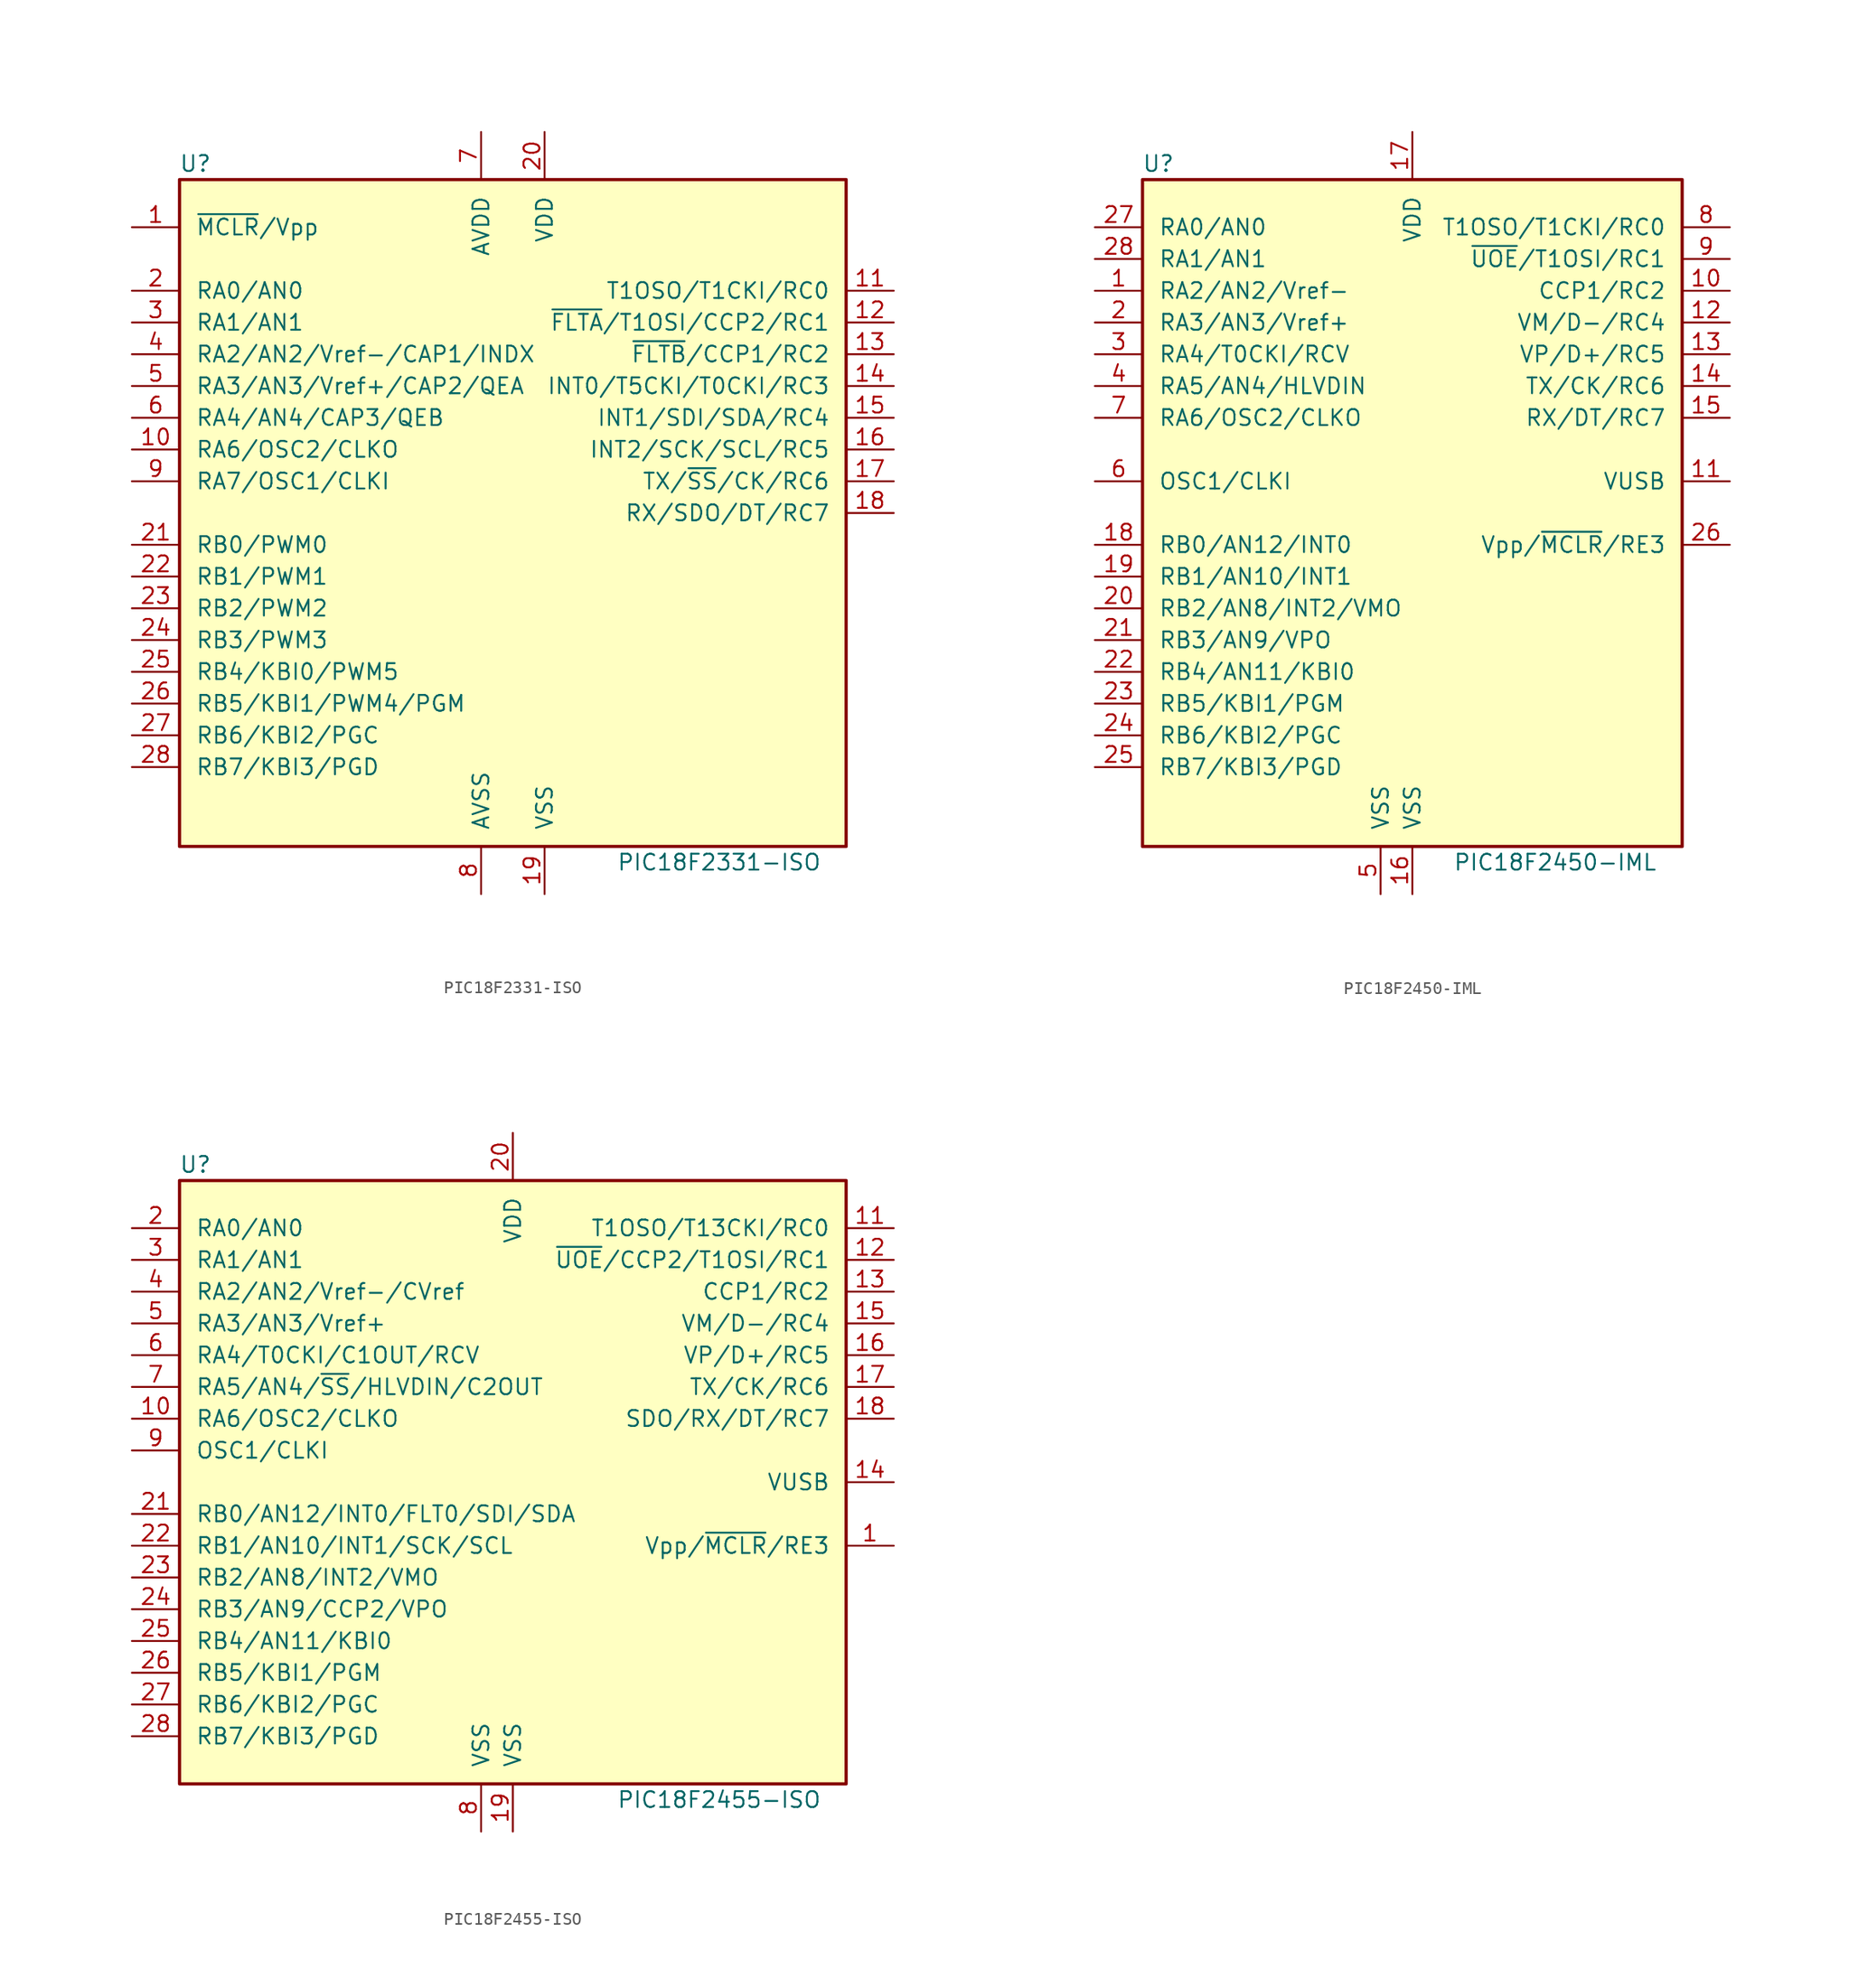
<source format=kicad_sym>
(kicad_symbol_lib
  (version 20201005)
  (generator kicad_symbol_editor)
  (symbol "PIC18F2331-ISO"
    (pin_names
      (offset 1.27))
    (property "Reference" "U"
      (at -25.4 27.94 0)
      (effects (font (size 1.27 1.27))))
    (property "Value" "PIC18F2331-ISO"
      (at 16.51 -27.94 0)
      (effects (font (size 1.27 1.27))))
    (symbol "PIC18F2331-ISO_0_1"
      (rectangle (start -26.67 26.67) (end 26.67 -26.67) (stroke (width 0.254)) (fill (type background))))
    (symbol "PIC18F2331-ISO_1_1"
      (pin input line (at -30.48 22.86 0) (length 3.81) (name "~MCLR~/Vpp" (effects (font (size 1.27 1.27)))) (number "1" (effects (font (size 1.27 1.27)))))
      (pin bidirectional line (at -30.48 5.08 0) (length 3.81) (name "RA6/OSC2/CLKO" (effects (font (size 1.27 1.27)))) (number "10" (effects (font (size 1.27 1.27)))))
      (pin bidirectional line (at 30.48 17.78 180) (length 3.81) (name "T1OSO/T1CKI/RC0" (effects (font (size 1.27 1.27)))) (number "11" (effects (font (size 1.27 1.27)))))
      (pin bidirectional line (at 30.48 15.24 180) (length 3.81) (name "~FLTA~/T1OSI/CCP2/RC1" (effects (font (size 1.27 1.27)))) (number "12" (effects (font (size 1.27 1.27)))))
      (pin bidirectional line (at 30.48 12.7 180) (length 3.81) (name "~FLTB~/CCP1/RC2" (effects (font (size 1.27 1.27)))) (number "13" (effects (font (size 1.27 1.27)))))
      (pin bidirectional line (at 30.48 10.16 180) (length 3.81) (name "INT0/T5CKI/T0CKI/RC3" (effects (font (size 1.27 1.27)))) (number "14" (effects (font (size 1.27 1.27)))))
      (pin bidirectional line (at 30.48 7.62 180) (length 3.81) (name "INT1/SDI/SDA/RC4" (effects (font (size 1.27 1.27)))) (number "15" (effects (font (size 1.27 1.27)))))
      (pin bidirectional line (at 30.48 5.08 180) (length 3.81) (name "INT2/SCK/SCL/RC5" (effects (font (size 1.27 1.27)))) (number "16" (effects (font (size 1.27 1.27)))))
      (pin bidirectional line (at 30.48 2.54 180) (length 3.81) (name "TX/~SS~/CK/RC6" (effects (font (size 1.27 1.27)))) (number "17" (effects (font (size 1.27 1.27)))))
      (pin bidirectional line (at 30.48 0 180) (length 3.81) (name "RX/SDO/DT/RC7" (effects (font (size 1.27 1.27)))) (number "18" (effects (font (size 1.27 1.27)))))
      (pin power_in line (at 2.54 -30.48 90) (length 3.81) (name "VSS" (effects (font (size 1.27 1.27)))) (number "19" (effects (font (size 1.27 1.27)))))
      (pin bidirectional line (at -30.48 17.78 0) (length 3.81) (name "RA0/AN0" (effects (font (size 1.27 1.27)))) (number "2" (effects (font (size 1.27 1.27)))))
      (pin power_in line (at 2.54 30.48 270) (length 3.81) (name "VDD" (effects (font (size 1.27 1.27)))) (number "20" (effects (font (size 1.27 1.27)))))
      (pin bidirectional line (at -30.48 -2.54 0) (length 3.81) (name "RB0/PWM0" (effects (font (size 1.27 1.27)))) (number "21" (effects (font (size 1.27 1.27)))))
      (pin bidirectional line (at -30.48 -5.08 0) (length 3.81) (name "RB1/PWM1" (effects (font (size 1.27 1.27)))) (number "22" (effects (font (size 1.27 1.27)))))
      (pin bidirectional line (at -30.48 -7.62 0) (length 3.81) (name "RB2/PWM2" (effects (font (size 1.27 1.27)))) (number "23" (effects (font (size 1.27 1.27)))))
      (pin bidirectional line (at -30.48 -10.16 0) (length 3.81) (name "RB3/PWM3" (effects (font (size 1.27 1.27)))) (number "24" (effects (font (size 1.27 1.27)))))
      (pin bidirectional line (at -30.48 -12.7 0) (length 3.81) (name "RB4/KBI0/PWM5" (effects (font (size 1.27 1.27)))) (number "25" (effects (font (size 1.27 1.27)))))
      (pin bidirectional line (at -30.48 -15.24 0) (length 3.81) (name "RB5/KBI1/PWM4/PGM" (effects (font (size 1.27 1.27)))) (number "26" (effects (font (size 1.27 1.27)))))
      (pin bidirectional line (at -30.48 -17.78 0) (length 3.81) (name "RB6/KBI2/PGC" (effects (font (size 1.27 1.27)))) (number "27" (effects (font (size 1.27 1.27)))))
      (pin bidirectional line (at -30.48 -20.32 0) (length 3.81) (name "RB7/KBI3/PGD" (effects (font (size 1.27 1.27)))) (number "28" (effects (font (size 1.27 1.27)))))
      (pin bidirectional line (at -30.48 15.24 0) (length 3.81) (name "RA1/AN1" (effects (font (size 1.27 1.27)))) (number "3" (effects (font (size 1.27 1.27)))))
      (pin bidirectional line (at -30.48 12.7 0) (length 3.81) (name "RA2/AN2/Vref-/CAP1/INDX" (effects (font (size 1.27 1.27)))) (number "4" (effects (font (size 1.27 1.27)))))
      (pin bidirectional line (at -30.48 10.16 0) (length 3.81) (name "RA3/AN3/Vref+/CAP2/QEA" (effects (font (size 1.27 1.27)))) (number "5" (effects (font (size 1.27 1.27)))))
      (pin bidirectional line (at -30.48 7.62 0) (length 3.81) (name "RA4/AN4/CAP3/QEB" (effects (font (size 1.27 1.27)))) (number "6" (effects (font (size 1.27 1.27)))))
      (pin power_in line (at -2.54 30.48 270) (length 3.81) (name "AVDD" (effects (font (size 1.27 1.27)))) (number "7" (effects (font (size 1.27 1.27)))))
      (pin power_in line (at -2.54 -30.48 90) (length 3.81) (name "AVSS" (effects (font (size 1.27 1.27)))) (number "8" (effects (font (size 1.27 1.27)))))
      (pin bidirectional line (at -30.48 2.54 0) (length 3.81) (name "RA7/OSC1/CLKI" (effects (font (size 1.27 1.27)))) (number "9" (effects (font (size 1.27 1.27)))))))
  (symbol "PIC18F2450-IML"
    (pin_names
      (offset 1.27))
    (property "Reference" "U"
      (at -20.32 27.94 0)
      (effects (font (size 1.27 1.27))))
    (property "Value" "PIC18F2450-IML"
      (at 11.43 -27.94 0)
      (effects (font (size 1.27 1.27))))
    (symbol "PIC18F2450-IML_0_1"
      (rectangle (start -21.59 26.67) (end 21.59 -26.67) (stroke (width 0.254)) (fill (type background))))
    (symbol "PIC18F2450-IML_1_1"
      (pin bidirectional line (at -25.4 17.78 0) (length 3.81) (name "RA2/AN2/Vref-" (effects (font (size 1.27 1.27)))) (number "1" (effects (font (size 1.27 1.27)))))
      (pin bidirectional line (at 25.4 17.78 180) (length 3.81) (name "CCP1/RC2" (effects (font (size 1.27 1.27)))) (number "10" (effects (font (size 1.27 1.27)))))
      (pin bidirectional line (at 25.4 2.54 180) (length 3.81) (name "VUSB" (effects (font (size 1.27 1.27)))) (number "11" (effects (font (size 1.27 1.27)))))
      (pin bidirectional line (at 25.4 15.24 180) (length 3.81) (name "VM/D-/RC4" (effects (font (size 1.27 1.27)))) (number "12" (effects (font (size 1.27 1.27)))))
      (pin bidirectional line (at 25.4 12.7 180) (length 3.81) (name "VP/D+/RC5" (effects (font (size 1.27 1.27)))) (number "13" (effects (font (size 1.27 1.27)))))
      (pin bidirectional line (at 25.4 10.16 180) (length 3.81) (name "TX/CK/RC6" (effects (font (size 1.27 1.27)))) (number "14" (effects (font (size 1.27 1.27)))))
      (pin bidirectional line (at 25.4 7.62 180) (length 3.81) (name "RX/DT/RC7" (effects (font (size 1.27 1.27)))) (number "15" (effects (font (size 1.27 1.27)))))
      (pin power_in line (at 0 -30.48 90) (length 3.81) (name "VSS" (effects (font (size 1.27 1.27)))) (number "16" (effects (font (size 1.27 1.27)))))
      (pin power_in line (at 0 30.48 270) (length 3.81) (name "VDD" (effects (font (size 1.27 1.27)))) (number "17" (effects (font (size 1.27 1.27)))))
      (pin bidirectional line (at -25.4 -2.54 0) (length 3.81) (name "RB0/AN12/INT0" (effects (font (size 1.27 1.27)))) (number "18" (effects (font (size 1.27 1.27)))))
      (pin bidirectional line (at -25.4 -5.08 0) (length 3.81) (name "RB1/AN10/INT1" (effects (font (size 1.27 1.27)))) (number "19" (effects (font (size 1.27 1.27)))))
      (pin bidirectional line (at -25.4 15.24 0) (length 3.81) (name "RA3/AN3/Vref+" (effects (font (size 1.27 1.27)))) (number "2" (effects (font (size 1.27 1.27)))))
      (pin bidirectional line (at -25.4 -7.62 0) (length 3.81) (name "RB2/AN8/INT2/VMO" (effects (font (size 1.27 1.27)))) (number "20" (effects (font (size 1.27 1.27)))))
      (pin bidirectional line (at -25.4 -10.16 0) (length 3.81) (name "RB3/AN9/VPO" (effects (font (size 1.27 1.27)))) (number "21" (effects (font (size 1.27 1.27)))))
      (pin bidirectional line (at -25.4 -12.7 0) (length 3.81) (name "RB4/AN11/KBI0" (effects (font (size 1.27 1.27)))) (number "22" (effects (font (size 1.27 1.27)))))
      (pin bidirectional line (at -25.4 -15.24 0) (length 3.81) (name "RB5/KBI1/PGM" (effects (font (size 1.27 1.27)))) (number "23" (effects (font (size 1.27 1.27)))))
      (pin bidirectional line (at -25.4 -17.78 0) (length 3.81) (name "RB6/KBI2/PGC" (effects (font (size 1.27 1.27)))) (number "24" (effects (font (size 1.27 1.27)))))
      (pin bidirectional line (at -25.4 -20.32 0) (length 3.81) (name "RB7/KBI3/PGD" (effects (font (size 1.27 1.27)))) (number "25" (effects (font (size 1.27 1.27)))))
      (pin input line (at 25.4 -2.54 180) (length 3.81) (name "Vpp/~MCLR~/RE3" (effects (font (size 1.27 1.27)))) (number "26" (effects (font (size 1.27 1.27)))))
      (pin bidirectional line (at -25.4 22.86 0) (length 3.81) (name "RA0/AN0" (effects (font (size 1.27 1.27)))) (number "27" (effects (font (size 1.27 1.27)))))
      (pin bidirectional line (at -25.4 20.32 0) (length 3.81) (name "RA1/AN1" (effects (font (size 1.27 1.27)))) (number "28" (effects (font (size 1.27 1.27)))))
      (pin bidirectional line (at -25.4 12.7 0) (length 3.81) (name "RA4/T0CKI/RCV" (effects (font (size 1.27 1.27)))) (number "3" (effects (font (size 1.27 1.27)))))
      (pin bidirectional line (at -25.4 10.16 0) (length 3.81) (name "RA5/AN4/HLVDIN" (effects (font (size 1.27 1.27)))) (number "4" (effects (font (size 1.27 1.27)))))
      (pin power_in line (at -2.54 -30.48 90) (length 3.81) (name "VSS" (effects (font (size 1.27 1.27)))) (number "5" (effects (font (size 1.27 1.27)))))
      (pin input line (at -25.4 2.54 0) (length 3.81) (name "OSC1/CLKI" (effects (font (size 1.27 1.27)))) (number "6" (effects (font (size 1.27 1.27)))))
      (pin output line (at -25.4 7.62 0) (length 3.81) (name "RA6/OSC2/CLKO" (effects (font (size 1.27 1.27)))) (number "7" (effects (font (size 1.27 1.27)))))
      (pin bidirectional line (at 25.4 22.86 180) (length 3.81) (name "T1OSO/T1CKI/RC0" (effects (font (size 1.27 1.27)))) (number "8" (effects (font (size 1.27 1.27)))))
      (pin bidirectional line (at 25.4 20.32 180) (length 3.81) (name "~UOE~/T1OSI/RC1" (effects (font (size 1.27 1.27)))) (number "9" (effects (font (size 1.27 1.27)))))))
  (symbol "PIC18F2455-ISO"
    (pin_names
      (offset 1.27))
    (property "Reference" "U"
      (at -25.4 25.4 0)
      (effects (font (size 1.27 1.27))))
    (property "Value" "PIC18F2455-ISO"
      (at 16.51 -25.4 0)
      (effects (font (size 1.27 1.27))))
    (symbol "PIC18F2455-ISO_0_1"
      (rectangle (start -26.67 24.13) (end 26.67 -24.13) (stroke (width 0.254)) (fill (type background))))
    (symbol "PIC18F2455-ISO_1_1"
      (pin input line (at 30.48 -5.08 180) (length 3.81) (name "Vpp/~MCLR~/RE3" (effects (font (size 1.27 1.27)))) (number "1" (effects (font (size 1.27 1.27)))))
      (pin output line (at -30.48 5.08 0) (length 3.81) (name "RA6/OSC2/CLKO" (effects (font (size 1.27 1.27)))) (number "10" (effects (font (size 1.27 1.27)))))
      (pin bidirectional line (at 30.48 20.32 180) (length 3.81) (name "T1OSO/T13CKI/RC0" (effects (font (size 1.27 1.27)))) (number "11" (effects (font (size 1.27 1.27)))))
      (pin bidirectional line (at 30.48 17.78 180) (length 3.81) (name "~UOE~/CCP2/T1OSI/RC1" (effects (font (size 1.27 1.27)))) (number "12" (effects (font (size 1.27 1.27)))))
      (pin bidirectional line (at 30.48 15.24 180) (length 3.81) (name "CCP1/RC2" (effects (font (size 1.27 1.27)))) (number "13" (effects (font (size 1.27 1.27)))))
      (pin bidirectional line (at 30.48 0 180) (length 3.81) (name "VUSB" (effects (font (size 1.27 1.27)))) (number "14" (effects (font (size 1.27 1.27)))))
      (pin bidirectional line (at 30.48 12.7 180) (length 3.81) (name "VM/D-/RC4" (effects (font (size 1.27 1.27)))) (number "15" (effects (font (size 1.27 1.27)))))
      (pin bidirectional line (at 30.48 10.16 180) (length 3.81) (name "VP/D+/RC5" (effects (font (size 1.27 1.27)))) (number "16" (effects (font (size 1.27 1.27)))))
      (pin bidirectional line (at 30.48 7.62 180) (length 3.81) (name "TX/CK/RC6" (effects (font (size 1.27 1.27)))) (number "17" (effects (font (size 1.27 1.27)))))
      (pin bidirectional line (at 30.48 5.08 180) (length 3.81) (name "SDO/RX/DT/RC7" (effects (font (size 1.27 1.27)))) (number "18" (effects (font (size 1.27 1.27)))))
      (pin power_in line (at 0 -27.94 90) (length 3.81) (name "VSS" (effects (font (size 1.27 1.27)))) (number "19" (effects (font (size 1.27 1.27)))))
      (pin bidirectional line (at -30.48 20.32 0) (length 3.81) (name "RA0/AN0" (effects (font (size 1.27 1.27)))) (number "2" (effects (font (size 1.27 1.27)))))
      (pin power_in line (at 0 27.94 270) (length 3.81) (name "VDD" (effects (font (size 1.27 1.27)))) (number "20" (effects (font (size 1.27 1.27)))))
      (pin bidirectional line (at -30.48 -2.54 0) (length 3.81) (name "RB0/AN12/INT0/FLT0/SDI/SDA" (effects (font (size 1.27 1.27)))) (number "21" (effects (font (size 1.27 1.27)))))
      (pin bidirectional line (at -30.48 -5.08 0) (length 3.81) (name "RB1/AN10/INT1/SCK/SCL" (effects (font (size 1.27 1.27)))) (number "22" (effects (font (size 1.27 1.27)))))
      (pin bidirectional line (at -30.48 -7.62 0) (length 3.81) (name "RB2/AN8/INT2/VMO" (effects (font (size 1.27 1.27)))) (number "23" (effects (font (size 1.27 1.27)))))
      (pin bidirectional line (at -30.48 -10.16 0) (length 3.81) (name "RB3/AN9/CCP2/VPO" (effects (font (size 1.27 1.27)))) (number "24" (effects (font (size 1.27 1.27)))))
      (pin bidirectional line (at -30.48 -12.7 0) (length 3.81) (name "RB4/AN11/KBI0" (effects (font (size 1.27 1.27)))) (number "25" (effects (font (size 1.27 1.27)))))
      (pin bidirectional line (at -30.48 -15.24 0) (length 3.81) (name "RB5/KBI1/PGM" (effects (font (size 1.27 1.27)))) (number "26" (effects (font (size 1.27 1.27)))))
      (pin bidirectional line (at -30.48 -17.78 0) (length 3.81) (name "RB6/KBI2/PGC" (effects (font (size 1.27 1.27)))) (number "27" (effects (font (size 1.27 1.27)))))
      (pin bidirectional line (at -30.48 -20.32 0) (length 3.81) (name "RB7/KBI3/PGD" (effects (font (size 1.27 1.27)))) (number "28" (effects (font (size 1.27 1.27)))))
      (pin bidirectional line (at -30.48 17.78 0) (length 3.81) (name "RA1/AN1" (effects (font (size 1.27 1.27)))) (number "3" (effects (font (size 1.27 1.27)))))
      (pin bidirectional line (at -30.48 15.24 0) (length 3.81) (name "RA2/AN2/Vref-/CVref" (effects (font (size 1.27 1.27)))) (number "4" (effects (font (size 1.27 1.27)))))
      (pin bidirectional line (at -30.48 12.7 0) (length 3.81) (name "RA3/AN3/Vref+" (effects (font (size 1.27 1.27)))) (number "5" (effects (font (size 1.27 1.27)))))
      (pin bidirectional line (at -30.48 10.16 0) (length 3.81) (name "RA4/T0CKI/C1OUT/RCV" (effects (font (size 1.27 1.27)))) (number "6" (effects (font (size 1.27 1.27)))))
      (pin bidirectional line (at -30.48 7.62 0) (length 3.81) (name "RA5/AN4/~SS~/HLVDIN/C2OUT" (effects (font (size 1.27 1.27)))) (number "7" (effects (font (size 1.27 1.27)))))
      (pin power_in line (at -2.54 -27.94 90) (length 3.81) (name "VSS" (effects (font (size 1.27 1.27)))) (number "8" (effects (font (size 1.27 1.27)))))
      (pin input line (at -30.48 2.54 0) (length 3.81) (name "OSC1/CLKI" (effects (font (size 1.27 1.27)))) (number "9" (effects (font (size 1.27 1.27))))))))
</source>
